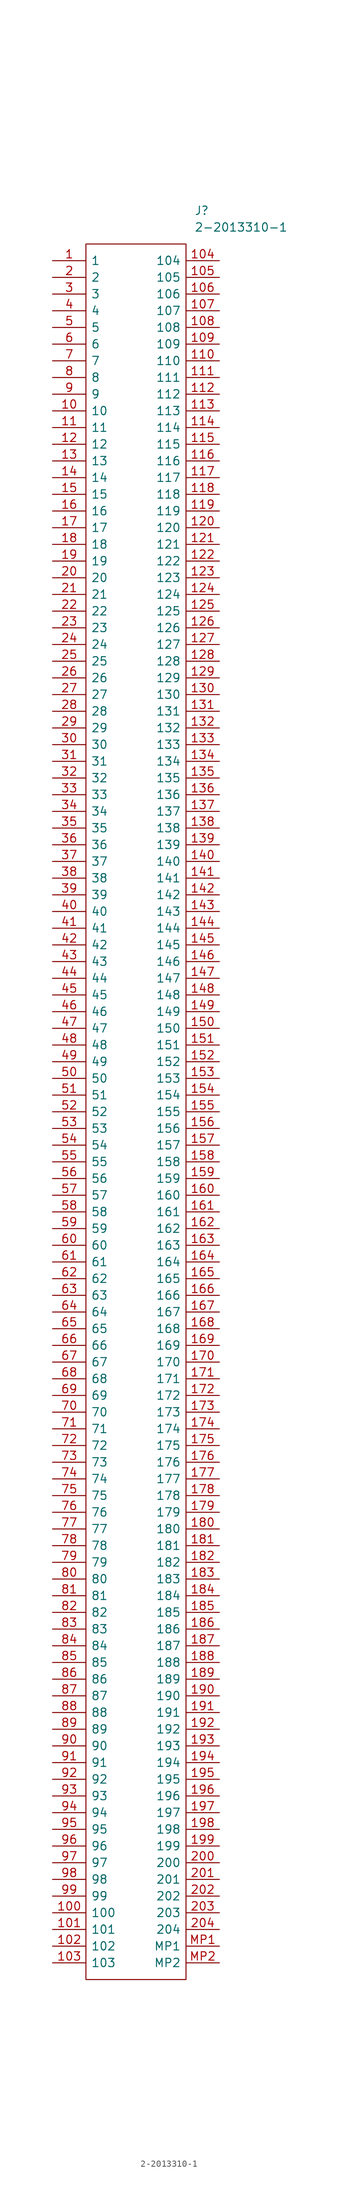
<source format=kicad_sym>
(kicad_symbol_lib
  (version 20211014)
  (generator kicad_symbol_editor)
  (symbol "2-2013310-1"
    (pin_names
      (offset 0.762))
    (property "Reference" "J"
      (at 21.59 7.62 0)
      (effects (font (size 1.27 1.27)) (justify left)))
    (property "Value" "2-2013310-1"
      (at 21.59 5.08 0)
      (effects (font (size 1.27 1.27)) (justify left)))
    (symbol "2-2013310-1_0_0"
      (pin unspecified line (at 0 0 0) (length 5.08) (name "1" (effects (font (size 1.27 1.27)))) (number "1" (effects (font (size 1.27 1.27)))))
      (pin unspecified line (at 0 -22.86 0) (length 5.08) (name "10" (effects (font (size 1.27 1.27)))) (number "10" (effects (font (size 1.27 1.27)))))
      (pin unspecified line (at 0 -251.46 0) (length 5.08) (name "100" (effects (font (size 1.27 1.27)))) (number "100" (effects (font (size 1.27 1.27)))))
      (pin unspecified line (at 0 -254 0) (length 5.08) (name "101" (effects (font (size 1.27 1.27)))) (number "101" (effects (font (size 1.27 1.27)))))
      (pin unspecified line (at 0 -256.54 0) (length 5.08) (name "102" (effects (font (size 1.27 1.27)))) (number "102" (effects (font (size 1.27 1.27)))))
      (pin unspecified line (at 0 -259.08 0) (length 5.08) (name "103" (effects (font (size 1.27 1.27)))) (number "103" (effects (font (size 1.27 1.27)))))
      (pin unspecified line (at 25.4 0 180) (length 5.08) (name "104" (effects (font (size 1.27 1.27)))) (number "104" (effects (font (size 1.27 1.27)))))
      (pin unspecified line (at 25.4 -2.54 180) (length 5.08) (name "105" (effects (font (size 1.27 1.27)))) (number "105" (effects (font (size 1.27 1.27)))))
      (pin unspecified line (at 25.4 -5.08 180) (length 5.08) (name "106" (effects (font (size 1.27 1.27)))) (number "106" (effects (font (size 1.27 1.27)))))
      (pin unspecified line (at 25.4 -7.62 180) (length 5.08) (name "107" (effects (font (size 1.27 1.27)))) (number "107" (effects (font (size 1.27 1.27)))))
      (pin unspecified line (at 25.4 -10.16 180) (length 5.08) (name "108" (effects (font (size 1.27 1.27)))) (number "108" (effects (font (size 1.27 1.27)))))
      (pin unspecified line (at 25.4 -12.7 180) (length 5.08) (name "109" (effects (font (size 1.27 1.27)))) (number "109" (effects (font (size 1.27 1.27)))))
      (pin unspecified line (at 0 -25.4 0) (length 5.08) (name "11" (effects (font (size 1.27 1.27)))) (number "11" (effects (font (size 1.27 1.27)))))
      (pin unspecified line (at 25.4 -15.24 180) (length 5.08) (name "110" (effects (font (size 1.27 1.27)))) (number "110" (effects (font (size 1.27 1.27)))))
      (pin unspecified line (at 25.4 -17.78 180) (length 5.08) (name "111" (effects (font (size 1.27 1.27)))) (number "111" (effects (font (size 1.27 1.27)))))
      (pin unspecified line (at 25.4 -20.32 180) (length 5.08) (name "112" (effects (font (size 1.27 1.27)))) (number "112" (effects (font (size 1.27 1.27)))))
      (pin unspecified line (at 25.4 -22.86 180) (length 5.08) (name "113" (effects (font (size 1.27 1.27)))) (number "113" (effects (font (size 1.27 1.27)))))
      (pin unspecified line (at 25.4 -25.4 180) (length 5.08) (name "114" (effects (font (size 1.27 1.27)))) (number "114" (effects (font (size 1.27 1.27)))))
      (pin unspecified line (at 25.4 -27.94 180) (length 5.08) (name "115" (effects (font (size 1.27 1.27)))) (number "115" (effects (font (size 1.27 1.27)))))
      (pin unspecified line (at 25.4 -30.48 180) (length 5.08) (name "116" (effects (font (size 1.27 1.27)))) (number "116" (effects (font (size 1.27 1.27)))))
      (pin unspecified line (at 25.4 -33.02 180) (length 5.08) (name "117" (effects (font (size 1.27 1.27)))) (number "117" (effects (font (size 1.27 1.27)))))
      (pin unspecified line (at 25.4 -35.56 180) (length 5.08) (name "118" (effects (font (size 1.27 1.27)))) (number "118" (effects (font (size 1.27 1.27)))))
      (pin unspecified line (at 25.4 -38.1 180) (length 5.08) (name "119" (effects (font (size 1.27 1.27)))) (number "119" (effects (font (size 1.27 1.27)))))
      (pin unspecified line (at 0 -27.94 0) (length 5.08) (name "12" (effects (font (size 1.27 1.27)))) (number "12" (effects (font (size 1.27 1.27)))))
      (pin unspecified line (at 25.4 -40.64 180) (length 5.08) (name "120" (effects (font (size 1.27 1.27)))) (number "120" (effects (font (size 1.27 1.27)))))
      (pin unspecified line (at 25.4 -43.18 180) (length 5.08) (name "121" (effects (font (size 1.27 1.27)))) (number "121" (effects (font (size 1.27 1.27)))))
      (pin unspecified line (at 25.4 -45.72 180) (length 5.08) (name "122" (effects (font (size 1.27 1.27)))) (number "122" (effects (font (size 1.27 1.27)))))
      (pin unspecified line (at 25.4 -48.26 180) (length 5.08) (name "123" (effects (font (size 1.27 1.27)))) (number "123" (effects (font (size 1.27 1.27)))))
      (pin unspecified line (at 25.4 -50.8 180) (length 5.08) (name "124" (effects (font (size 1.27 1.27)))) (number "124" (effects (font (size 1.27 1.27)))))
      (pin unspecified line (at 25.4 -53.34 180) (length 5.08) (name "125" (effects (font (size 1.27 1.27)))) (number "125" (effects (font (size 1.27 1.27)))))
      (pin unspecified line (at 25.4 -55.88 180) (length 5.08) (name "126" (effects (font (size 1.27 1.27)))) (number "126" (effects (font (size 1.27 1.27)))))
      (pin unspecified line (at 25.4 -58.42 180) (length 5.08) (name "127" (effects (font (size 1.27 1.27)))) (number "127" (effects (font (size 1.27 1.27)))))
      (pin unspecified line (at 25.4 -60.96 180) (length 5.08) (name "128" (effects (font (size 1.27 1.27)))) (number "128" (effects (font (size 1.27 1.27)))))
      (pin unspecified line (at 25.4 -63.5 180) (length 5.08) (name "129" (effects (font (size 1.27 1.27)))) (number "129" (effects (font (size 1.27 1.27)))))
      (pin unspecified line (at 0 -30.48 0) (length 5.08) (name "13" (effects (font (size 1.27 1.27)))) (number "13" (effects (font (size 1.27 1.27)))))
      (pin unspecified line (at 25.4 -66.04 180) (length 5.08) (name "130" (effects (font (size 1.27 1.27)))) (number "130" (effects (font (size 1.27 1.27)))))
      (pin unspecified line (at 25.4 -68.58 180) (length 5.08) (name "131" (effects (font (size 1.27 1.27)))) (number "131" (effects (font (size 1.27 1.27)))))
      (pin unspecified line (at 25.4 -71.12 180) (length 5.08) (name "132" (effects (font (size 1.27 1.27)))) (number "132" (effects (font (size 1.27 1.27)))))
      (pin unspecified line (at 25.4 -73.66 180) (length 5.08) (name "133" (effects (font (size 1.27 1.27)))) (number "133" (effects (font (size 1.27 1.27)))))
      (pin unspecified line (at 25.4 -76.2 180) (length 5.08) (name "134" (effects (font (size 1.27 1.27)))) (number "134" (effects (font (size 1.27 1.27)))))
      (pin unspecified line (at 25.4 -78.74 180) (length 5.08) (name "135" (effects (font (size 1.27 1.27)))) (number "135" (effects (font (size 1.27 1.27)))))
      (pin unspecified line (at 25.4 -81.28 180) (length 5.08) (name "136" (effects (font (size 1.27 1.27)))) (number "136" (effects (font (size 1.27 1.27)))))
      (pin unspecified line (at 25.4 -83.82 180) (length 5.08) (name "137" (effects (font (size 1.27 1.27)))) (number "137" (effects (font (size 1.27 1.27)))))
      (pin unspecified line (at 25.4 -86.36 180) (length 5.08) (name "138" (effects (font (size 1.27 1.27)))) (number "138" (effects (font (size 1.27 1.27)))))
      (pin unspecified line (at 25.4 -88.9 180) (length 5.08) (name "139" (effects (font (size 1.27 1.27)))) (number "139" (effects (font (size 1.27 1.27)))))
      (pin unspecified line (at 0 -33.02 0) (length 5.08) (name "14" (effects (font (size 1.27 1.27)))) (number "14" (effects (font (size 1.27 1.27)))))
      (pin unspecified line (at 25.4 -91.44 180) (length 5.08) (name "140" (effects (font (size 1.27 1.27)))) (number "140" (effects (font (size 1.27 1.27)))))
      (pin unspecified line (at 25.4 -93.98 180) (length 5.08) (name "141" (effects (font (size 1.27 1.27)))) (number "141" (effects (font (size 1.27 1.27)))))
      (pin unspecified line (at 25.4 -96.52 180) (length 5.08) (name "142" (effects (font (size 1.27 1.27)))) (number "142" (effects (font (size 1.27 1.27)))))
      (pin unspecified line (at 25.4 -99.06 180) (length 5.08) (name "143" (effects (font (size 1.27 1.27)))) (number "143" (effects (font (size 1.27 1.27)))))
      (pin unspecified line (at 25.4 -101.6 180) (length 5.08) (name "144" (effects (font (size 1.27 1.27)))) (number "144" (effects (font (size 1.27 1.27)))))
      (pin unspecified line (at 25.4 -104.14 180) (length 5.08) (name "145" (effects (font (size 1.27 1.27)))) (number "145" (effects (font (size 1.27 1.27)))))
      (pin unspecified line (at 25.4 -106.68 180) (length 5.08) (name "146" (effects (font (size 1.27 1.27)))) (number "146" (effects (font (size 1.27 1.27)))))
      (pin unspecified line (at 25.4 -109.22 180) (length 5.08) (name "147" (effects (font (size 1.27 1.27)))) (number "147" (effects (font (size 1.27 1.27)))))
      (pin unspecified line (at 25.4 -111.76 180) (length 5.08) (name "148" (effects (font (size 1.27 1.27)))) (number "148" (effects (font (size 1.27 1.27)))))
      (pin unspecified line (at 25.4 -114.3 180) (length 5.08) (name "149" (effects (font (size 1.27 1.27)))) (number "149" (effects (font (size 1.27 1.27)))))
      (pin unspecified line (at 0 -35.56 0) (length 5.08) (name "15" (effects (font (size 1.27 1.27)))) (number "15" (effects (font (size 1.27 1.27)))))
      (pin unspecified line (at 25.4 -116.84 180) (length 5.08) (name "150" (effects (font (size 1.27 1.27)))) (number "150" (effects (font (size 1.27 1.27)))))
      (pin unspecified line (at 25.4 -119.38 180) (length 5.08) (name "151" (effects (font (size 1.27 1.27)))) (number "151" (effects (font (size 1.27 1.27)))))
      (pin unspecified line (at 25.4 -121.92 180) (length 5.08) (name "152" (effects (font (size 1.27 1.27)))) (number "152" (effects (font (size 1.27 1.27)))))
      (pin unspecified line (at 25.4 -124.46 180) (length 5.08) (name "153" (effects (font (size 1.27 1.27)))) (number "153" (effects (font (size 1.27 1.27)))))
      (pin unspecified line (at 25.4 -127 180) (length 5.08) (name "154" (effects (font (size 1.27 1.27)))) (number "154" (effects (font (size 1.27 1.27)))))
      (pin unspecified line (at 25.4 -129.54 180) (length 5.08) (name "155" (effects (font (size 1.27 1.27)))) (number "155" (effects (font (size 1.27 1.27)))))
      (pin unspecified line (at 25.4 -132.08 180) (length 5.08) (name "156" (effects (font (size 1.27 1.27)))) (number "156" (effects (font (size 1.27 1.27)))))
      (pin unspecified line (at 25.4 -134.62 180) (length 5.08) (name "157" (effects (font (size 1.27 1.27)))) (number "157" (effects (font (size 1.27 1.27)))))
      (pin unspecified line (at 25.4 -137.16 180) (length 5.08) (name "158" (effects (font (size 1.27 1.27)))) (number "158" (effects (font (size 1.27 1.27)))))
      (pin unspecified line (at 25.4 -139.7 180) (length 5.08) (name "159" (effects (font (size 1.27 1.27)))) (number "159" (effects (font (size 1.27 1.27)))))
      (pin unspecified line (at 0 -38.1 0) (length 5.08) (name "16" (effects (font (size 1.27 1.27)))) (number "16" (effects (font (size 1.27 1.27)))))
      (pin unspecified line (at 25.4 -142.24 180) (length 5.08) (name "160" (effects (font (size 1.27 1.27)))) (number "160" (effects (font (size 1.27 1.27)))))
      (pin unspecified line (at 25.4 -144.78 180) (length 5.08) (name "161" (effects (font (size 1.27 1.27)))) (number "161" (effects (font (size 1.27 1.27)))))
      (pin unspecified line (at 25.4 -147.32 180) (length 5.08) (name "162" (effects (font (size 1.27 1.27)))) (number "162" (effects (font (size 1.27 1.27)))))
      (pin unspecified line (at 25.4 -149.86 180) (length 5.08) (name "163" (effects (font (size 1.27 1.27)))) (number "163" (effects (font (size 1.27 1.27)))))
      (pin unspecified line (at 25.4 -152.4 180) (length 5.08) (name "164" (effects (font (size 1.27 1.27)))) (number "164" (effects (font (size 1.27 1.27)))))
      (pin unspecified line (at 25.4 -154.94 180) (length 5.08) (name "165" (effects (font (size 1.27 1.27)))) (number "165" (effects (font (size 1.27 1.27)))))
      (pin unspecified line (at 25.4 -157.48 180) (length 5.08) (name "166" (effects (font (size 1.27 1.27)))) (number "166" (effects (font (size 1.27 1.27)))))
      (pin unspecified line (at 25.4 -160.02 180) (length 5.08) (name "167" (effects (font (size 1.27 1.27)))) (number "167" (effects (font (size 1.27 1.27)))))
      (pin unspecified line (at 25.4 -162.56 180) (length 5.08) (name "168" (effects (font (size 1.27 1.27)))) (number "168" (effects (font (size 1.27 1.27)))))
      (pin unspecified line (at 25.4 -165.1 180) (length 5.08) (name "169" (effects (font (size 1.27 1.27)))) (number "169" (effects (font (size 1.27 1.27)))))
      (pin unspecified line (at 0 -40.64 0) (length 5.08) (name "17" (effects (font (size 1.27 1.27)))) (number "17" (effects (font (size 1.27 1.27)))))
      (pin unspecified line (at 25.4 -167.64 180) (length 5.08) (name "170" (effects (font (size 1.27 1.27)))) (number "170" (effects (font (size 1.27 1.27)))))
      (pin unspecified line (at 25.4 -170.18 180) (length 5.08) (name "171" (effects (font (size 1.27 1.27)))) (number "171" (effects (font (size 1.27 1.27)))))
      (pin unspecified line (at 25.4 -172.72 180) (length 5.08) (name "172" (effects (font (size 1.27 1.27)))) (number "172" (effects (font (size 1.27 1.27)))))
      (pin unspecified line (at 25.4 -175.26 180) (length 5.08) (name "173" (effects (font (size 1.27 1.27)))) (number "173" (effects (font (size 1.27 1.27)))))
      (pin unspecified line (at 25.4 -177.8 180) (length 5.08) (name "174" (effects (font (size 1.27 1.27)))) (number "174" (effects (font (size 1.27 1.27)))))
      (pin unspecified line (at 25.4 -180.34 180) (length 5.08) (name "175" (effects (font (size 1.27 1.27)))) (number "175" (effects (font (size 1.27 1.27)))))
      (pin unspecified line (at 25.4 -182.88 180) (length 5.08) (name "176" (effects (font (size 1.27 1.27)))) (number "176" (effects (font (size 1.27 1.27)))))
      (pin unspecified line (at 25.4 -185.42 180) (length 5.08) (name "177" (effects (font (size 1.27 1.27)))) (number "177" (effects (font (size 1.27 1.27)))))
      (pin unspecified line (at 25.4 -187.96 180) (length 5.08) (name "178" (effects (font (size 1.27 1.27)))) (number "178" (effects (font (size 1.27 1.27)))))
      (pin unspecified line (at 25.4 -190.5 180) (length 5.08) (name "179" (effects (font (size 1.27 1.27)))) (number "179" (effects (font (size 1.27 1.27)))))
      (pin unspecified line (at 0 -43.18 0) (length 5.08) (name "18" (effects (font (size 1.27 1.27)))) (number "18" (effects (font (size 1.27 1.27)))))
      (pin unspecified line (at 25.4 -193.04 180) (length 5.08) (name "180" (effects (font (size 1.27 1.27)))) (number "180" (effects (font (size 1.27 1.27)))))
      (pin unspecified line (at 25.4 -195.58 180) (length 5.08) (name "181" (effects (font (size 1.27 1.27)))) (number "181" (effects (font (size 1.27 1.27)))))
      (pin unspecified line (at 25.4 -198.12 180) (length 5.08) (name "182" (effects (font (size 1.27 1.27)))) (number "182" (effects (font (size 1.27 1.27)))))
      (pin unspecified line (at 25.4 -200.66 180) (length 5.08) (name "183" (effects (font (size 1.27 1.27)))) (number "183" (effects (font (size 1.27 1.27)))))
      (pin unspecified line (at 25.4 -203.2 180) (length 5.08) (name "184" (effects (font (size 1.27 1.27)))) (number "184" (effects (font (size 1.27 1.27)))))
      (pin unspecified line (at 25.4 -205.74 180) (length 5.08) (name "185" (effects (font (size 1.27 1.27)))) (number "185" (effects (font (size 1.27 1.27)))))
      (pin unspecified line (at 25.4 -208.28 180) (length 5.08) (name "186" (effects (font (size 1.27 1.27)))) (number "186" (effects (font (size 1.27 1.27)))))
      (pin unspecified line (at 25.4 -210.82 180) (length 5.08) (name "187" (effects (font (size 1.27 1.27)))) (number "187" (effects (font (size 1.27 1.27)))))
      (pin unspecified line (at 25.4 -213.36 180) (length 5.08) (name "188" (effects (font (size 1.27 1.27)))) (number "188" (effects (font (size 1.27 1.27)))))
      (pin unspecified line (at 25.4 -215.9 180) (length 5.08) (name "189" (effects (font (size 1.27 1.27)))) (number "189" (effects (font (size 1.27 1.27)))))
      (pin unspecified line (at 0 -45.72 0) (length 5.08) (name "19" (effects (font (size 1.27 1.27)))) (number "19" (effects (font (size 1.27 1.27)))))
      (pin unspecified line (at 25.4 -218.44 180) (length 5.08) (name "190" (effects (font (size 1.27 1.27)))) (number "190" (effects (font (size 1.27 1.27)))))
      (pin unspecified line (at 25.4 -220.98 180) (length 5.08) (name "191" (effects (font (size 1.27 1.27)))) (number "191" (effects (font (size 1.27 1.27)))))
      (pin unspecified line (at 25.4 -223.52 180) (length 5.08) (name "192" (effects (font (size 1.27 1.27)))) (number "192" (effects (font (size 1.27 1.27)))))
      (pin unspecified line (at 25.4 -226.06 180) (length 5.08) (name "193" (effects (font (size 1.27 1.27)))) (number "193" (effects (font (size 1.27 1.27)))))
      (pin unspecified line (at 25.4 -228.6 180) (length 5.08) (name "194" (effects (font (size 1.27 1.27)))) (number "194" (effects (font (size 1.27 1.27)))))
      (pin unspecified line (at 25.4 -231.14 180) (length 5.08) (name "195" (effects (font (size 1.27 1.27)))) (number "195" (effects (font (size 1.27 1.27)))))
      (pin unspecified line (at 25.4 -233.68 180) (length 5.08) (name "196" (effects (font (size 1.27 1.27)))) (number "196" (effects (font (size 1.27 1.27)))))
      (pin unspecified line (at 25.4 -236.22 180) (length 5.08) (name "197" (effects (font (size 1.27 1.27)))) (number "197" (effects (font (size 1.27 1.27)))))
      (pin unspecified line (at 25.4 -238.76 180) (length 5.08) (name "198" (effects (font (size 1.27 1.27)))) (number "198" (effects (font (size 1.27 1.27)))))
      (pin unspecified line (at 25.4 -241.3 180) (length 5.08) (name "199" (effects (font (size 1.27 1.27)))) (number "199" (effects (font (size 1.27 1.27)))))
      (pin unspecified line (at 0 -2.54 0) (length 5.08) (name "2" (effects (font (size 1.27 1.27)))) (number "2" (effects (font (size 1.27 1.27)))))
      (pin unspecified line (at 0 -48.26 0) (length 5.08) (name "20" (effects (font (size 1.27 1.27)))) (number "20" (effects (font (size 1.27 1.27)))))
      (pin unspecified line (at 25.4 -243.84 180) (length 5.08) (name "200" (effects (font (size 1.27 1.27)))) (number "200" (effects (font (size 1.27 1.27)))))
      (pin unspecified line (at 25.4 -246.38 180) (length 5.08) (name "201" (effects (font (size 1.27 1.27)))) (number "201" (effects (font (size 1.27 1.27)))))
      (pin unspecified line (at 25.4 -248.92 180) (length 5.08) (name "202" (effects (font (size 1.27 1.27)))) (number "202" (effects (font (size 1.27 1.27)))))
      (pin unspecified line (at 25.4 -251.46 180) (length 5.08) (name "203" (effects (font (size 1.27 1.27)))) (number "203" (effects (font (size 1.27 1.27)))))
      (pin unspecified line (at 25.4 -254 180) (length 5.08) (name "204" (effects (font (size 1.27 1.27)))) (number "204" (effects (font (size 1.27 1.27)))))
      (pin unspecified line (at 0 -50.8 0) (length 5.08) (name "21" (effects (font (size 1.27 1.27)))) (number "21" (effects (font (size 1.27 1.27)))))
      (pin unspecified line (at 0 -53.34 0) (length 5.08) (name "22" (effects (font (size 1.27 1.27)))) (number "22" (effects (font (size 1.27 1.27)))))
      (pin unspecified line (at 0 -55.88 0) (length 5.08) (name "23" (effects (font (size 1.27 1.27)))) (number "23" (effects (font (size 1.27 1.27)))))
      (pin unspecified line (at 0 -58.42 0) (length 5.08) (name "24" (effects (font (size 1.27 1.27)))) (number "24" (effects (font (size 1.27 1.27)))))
      (pin unspecified line (at 0 -60.96 0) (length 5.08) (name "25" (effects (font (size 1.27 1.27)))) (number "25" (effects (font (size 1.27 1.27)))))
      (pin unspecified line (at 0 -63.5 0) (length 5.08) (name "26" (effects (font (size 1.27 1.27)))) (number "26" (effects (font (size 1.27 1.27)))))
      (pin unspecified line (at 0 -66.04 0) (length 5.08) (name "27" (effects (font (size 1.27 1.27)))) (number "27" (effects (font (size 1.27 1.27)))))
      (pin unspecified line (at 0 -68.58 0) (length 5.08) (name "28" (effects (font (size 1.27 1.27)))) (number "28" (effects (font (size 1.27 1.27)))))
      (pin unspecified line (at 0 -71.12 0) (length 5.08) (name "29" (effects (font (size 1.27 1.27)))) (number "29" (effects (font (size 1.27 1.27)))))
      (pin unspecified line (at 0 -5.08 0) (length 5.08) (name "3" (effects (font (size 1.27 1.27)))) (number "3" (effects (font (size 1.27 1.27)))))
      (pin unspecified line (at 0 -73.66 0) (length 5.08) (name "30" (effects (font (size 1.27 1.27)))) (number "30" (effects (font (size 1.27 1.27)))))
      (pin unspecified line (at 0 -76.2 0) (length 5.08) (name "31" (effects (font (size 1.27 1.27)))) (number "31" (effects (font (size 1.27 1.27)))))
      (pin unspecified line (at 0 -78.74 0) (length 5.08) (name "32" (effects (font (size 1.27 1.27)))) (number "32" (effects (font (size 1.27 1.27)))))
      (pin unspecified line (at 0 -81.28 0) (length 5.08) (name "33" (effects (font (size 1.27 1.27)))) (number "33" (effects (font (size 1.27 1.27)))))
      (pin unspecified line (at 0 -83.82 0) (length 5.08) (name "34" (effects (font (size 1.27 1.27)))) (number "34" (effects (font (size 1.27 1.27)))))
      (pin unspecified line (at 0 -86.36 0) (length 5.08) (name "35" (effects (font (size 1.27 1.27)))) (number "35" (effects (font (size 1.27 1.27)))))
      (pin unspecified line (at 0 -88.9 0) (length 5.08) (name "36" (effects (font (size 1.27 1.27)))) (number "36" (effects (font (size 1.27 1.27)))))
      (pin unspecified line (at 0 -91.44 0) (length 5.08) (name "37" (effects (font (size 1.27 1.27)))) (number "37" (effects (font (size 1.27 1.27)))))
      (pin unspecified line (at 0 -93.98 0) (length 5.08) (name "38" (effects (font (size 1.27 1.27)))) (number "38" (effects (font (size 1.27 1.27)))))
      (pin unspecified line (at 0 -96.52 0) (length 5.08) (name "39" (effects (font (size 1.27 1.27)))) (number "39" (effects (font (size 1.27 1.27)))))
      (pin unspecified line (at 0 -7.62 0) (length 5.08) (name "4" (effects (font (size 1.27 1.27)))) (number "4" (effects (font (size 1.27 1.27)))))
      (pin unspecified line (at 0 -99.06 0) (length 5.08) (name "40" (effects (font (size 1.27 1.27)))) (number "40" (effects (font (size 1.27 1.27)))))
      (pin unspecified line (at 0 -101.6 0) (length 5.08) (name "41" (effects (font (size 1.27 1.27)))) (number "41" (effects (font (size 1.27 1.27)))))
      (pin unspecified line (at 0 -104.14 0) (length 5.08) (name "42" (effects (font (size 1.27 1.27)))) (number "42" (effects (font (size 1.27 1.27)))))
      (pin unspecified line (at 0 -106.68 0) (length 5.08) (name "43" (effects (font (size 1.27 1.27)))) (number "43" (effects (font (size 1.27 1.27)))))
      (pin unspecified line (at 0 -109.22 0) (length 5.08) (name "44" (effects (font (size 1.27 1.27)))) (number "44" (effects (font (size 1.27 1.27)))))
      (pin unspecified line (at 0 -111.76 0) (length 5.08) (name "45" (effects (font (size 1.27 1.27)))) (number "45" (effects (font (size 1.27 1.27)))))
      (pin unspecified line (at 0 -114.3 0) (length 5.08) (name "46" (effects (font (size 1.27 1.27)))) (number "46" (effects (font (size 1.27 1.27)))))
      (pin unspecified line (at 0 -116.84 0) (length 5.08) (name "47" (effects (font (size 1.27 1.27)))) (number "47" (effects (font (size 1.27 1.27)))))
      (pin unspecified line (at 0 -119.38 0) (length 5.08) (name "48" (effects (font (size 1.27 1.27)))) (number "48" (effects (font (size 1.27 1.27)))))
      (pin unspecified line (at 0 -121.92 0) (length 5.08) (name "49" (effects (font (size 1.27 1.27)))) (number "49" (effects (font (size 1.27 1.27)))))
      (pin unspecified line (at 0 -10.16 0) (length 5.08) (name "5" (effects (font (size 1.27 1.27)))) (number "5" (effects (font (size 1.27 1.27)))))
      (pin unspecified line (at 0 -124.46 0) (length 5.08) (name "50" (effects (font (size 1.27 1.27)))) (number "50" (effects (font (size 1.27 1.27)))))
      (pin unspecified line (at 0 -127 0) (length 5.08) (name "51" (effects (font (size 1.27 1.27)))) (number "51" (effects (font (size 1.27 1.27)))))
      (pin unspecified line (at 0 -129.54 0) (length 5.08) (name "52" (effects (font (size 1.27 1.27)))) (number "52" (effects (font (size 1.27 1.27)))))
      (pin unspecified line (at 0 -132.08 0) (length 5.08) (name "53" (effects (font (size 1.27 1.27)))) (number "53" (effects (font (size 1.27 1.27)))))
      (pin unspecified line (at 0 -134.62 0) (length 5.08) (name "54" (effects (font (size 1.27 1.27)))) (number "54" (effects (font (size 1.27 1.27)))))
      (pin unspecified line (at 0 -137.16 0) (length 5.08) (name "55" (effects (font (size 1.27 1.27)))) (number "55" (effects (font (size 1.27 1.27)))))
      (pin unspecified line (at 0 -139.7 0) (length 5.08) (name "56" (effects (font (size 1.27 1.27)))) (number "56" (effects (font (size 1.27 1.27)))))
      (pin unspecified line (at 0 -142.24 0) (length 5.08) (name "57" (effects (font (size 1.27 1.27)))) (number "57" (effects (font (size 1.27 1.27)))))
      (pin unspecified line (at 0 -144.78 0) (length 5.08) (name "58" (effects (font (size 1.27 1.27)))) (number "58" (effects (font (size 1.27 1.27)))))
      (pin unspecified line (at 0 -147.32 0) (length 5.08) (name "59" (effects (font (size 1.27 1.27)))) (number "59" (effects (font (size 1.27 1.27)))))
      (pin unspecified line (at 0 -12.7 0) (length 5.08) (name "6" (effects (font (size 1.27 1.27)))) (number "6" (effects (font (size 1.27 1.27)))))
      (pin unspecified line (at 0 -149.86 0) (length 5.08) (name "60" (effects (font (size 1.27 1.27)))) (number "60" (effects (font (size 1.27 1.27)))))
      (pin unspecified line (at 0 -152.4 0) (length 5.08) (name "61" (effects (font (size 1.27 1.27)))) (number "61" (effects (font (size 1.27 1.27)))))
      (pin unspecified line (at 0 -154.94 0) (length 5.08) (name "62" (effects (font (size 1.27 1.27)))) (number "62" (effects (font (size 1.27 1.27)))))
      (pin unspecified line (at 0 -157.48 0) (length 5.08) (name "63" (effects (font (size 1.27 1.27)))) (number "63" (effects (font (size 1.27 1.27)))))
      (pin unspecified line (at 0 -160.02 0) (length 5.08) (name "64" (effects (font (size 1.27 1.27)))) (number "64" (effects (font (size 1.27 1.27)))))
      (pin unspecified line (at 0 -162.56 0) (length 5.08) (name "65" (effects (font (size 1.27 1.27)))) (number "65" (effects (font (size 1.27 1.27)))))
      (pin unspecified line (at 0 -165.1 0) (length 5.08) (name "66" (effects (font (size 1.27 1.27)))) (number "66" (effects (font (size 1.27 1.27)))))
      (pin unspecified line (at 0 -167.64 0) (length 5.08) (name "67" (effects (font (size 1.27 1.27)))) (number "67" (effects (font (size 1.27 1.27)))))
      (pin unspecified line (at 0 -170.18 0) (length 5.08) (name "68" (effects (font (size 1.27 1.27)))) (number "68" (effects (font (size 1.27 1.27)))))
      (pin unspecified line (at 0 -172.72 0) (length 5.08) (name "69" (effects (font (size 1.27 1.27)))) (number "69" (effects (font (size 1.27 1.27)))))
      (pin unspecified line (at 0 -15.24 0) (length 5.08) (name "7" (effects (font (size 1.27 1.27)))) (number "7" (effects (font (size 1.27 1.27)))))
      (pin unspecified line (at 0 -175.26 0) (length 5.08) (name "70" (effects (font (size 1.27 1.27)))) (number "70" (effects (font (size 1.27 1.27)))))
      (pin unspecified line (at 0 -177.8 0) (length 5.08) (name "71" (effects (font (size 1.27 1.27)))) (number "71" (effects (font (size 1.27 1.27)))))
      (pin unspecified line (at 0 -180.34 0) (length 5.08) (name "72" (effects (font (size 1.27 1.27)))) (number "72" (effects (font (size 1.27 1.27)))))
      (pin unspecified line (at 0 -182.88 0) (length 5.08) (name "73" (effects (font (size 1.27 1.27)))) (number "73" (effects (font (size 1.27 1.27)))))
      (pin unspecified line (at 0 -185.42 0) (length 5.08) (name "74" (effects (font (size 1.27 1.27)))) (number "74" (effects (font (size 1.27 1.27)))))
      (pin unspecified line (at 0 -187.96 0) (length 5.08) (name "75" (effects (font (size 1.27 1.27)))) (number "75" (effects (font (size 1.27 1.27)))))
      (pin unspecified line (at 0 -190.5 0) (length 5.08) (name "76" (effects (font (size 1.27 1.27)))) (number "76" (effects (font (size 1.27 1.27)))))
      (pin unspecified line (at 0 -193.04 0) (length 5.08) (name "77" (effects (font (size 1.27 1.27)))) (number "77" (effects (font (size 1.27 1.27)))))
      (pin unspecified line (at 0 -195.58 0) (length 5.08) (name "78" (effects (font (size 1.27 1.27)))) (number "78" (effects (font (size 1.27 1.27)))))
      (pin unspecified line (at 0 -198.12 0) (length 5.08) (name "79" (effects (font (size 1.27 1.27)))) (number "79" (effects (font (size 1.27 1.27)))))
      (pin unspecified line (at 0 -17.78 0) (length 5.08) (name "8" (effects (font (size 1.27 1.27)))) (number "8" (effects (font (size 1.27 1.27)))))
      (pin unspecified line (at 0 -200.66 0) (length 5.08) (name "80" (effects (font (size 1.27 1.27)))) (number "80" (effects (font (size 1.27 1.27)))))
      (pin unspecified line (at 0 -203.2 0) (length 5.08) (name "81" (effects (font (size 1.27 1.27)))) (number "81" (effects (font (size 1.27 1.27)))))
      (pin unspecified line (at 0 -205.74 0) (length 5.08) (name "82" (effects (font (size 1.27 1.27)))) (number "82" (effects (font (size 1.27 1.27)))))
      (pin unspecified line (at 0 -208.28 0) (length 5.08) (name "83" (effects (font (size 1.27 1.27)))) (number "83" (effects (font (size 1.27 1.27)))))
      (pin unspecified line (at 0 -210.82 0) (length 5.08) (name "84" (effects (font (size 1.27 1.27)))) (number "84" (effects (font (size 1.27 1.27)))))
      (pin unspecified line (at 0 -213.36 0) (length 5.08) (name "85" (effects (font (size 1.27 1.27)))) (number "85" (effects (font (size 1.27 1.27)))))
      (pin unspecified line (at 0 -215.9 0) (length 5.08) (name "86" (effects (font (size 1.27 1.27)))) (number "86" (effects (font (size 1.27 1.27)))))
      (pin unspecified line (at 0 -218.44 0) (length 5.08) (name "87" (effects (font (size 1.27 1.27)))) (number "87" (effects (font (size 1.27 1.27)))))
      (pin unspecified line (at 0 -220.98 0) (length 5.08) (name "88" (effects (font (size 1.27 1.27)))) (number "88" (effects (font (size 1.27 1.27)))))
      (pin unspecified line (at 0 -223.52 0) (length 5.08) (name "89" (effects (font (size 1.27 1.27)))) (number "89" (effects (font (size 1.27 1.27)))))
      (pin unspecified line (at 0 -20.32 0) (length 5.08) (name "9" (effects (font (size 1.27 1.27)))) (number "9" (effects (font (size 1.27 1.27)))))
      (pin unspecified line (at 0 -226.06 0) (length 5.08) (name "90" (effects (font (size 1.27 1.27)))) (number "90" (effects (font (size 1.27 1.27)))))
      (pin unspecified line (at 0 -228.6 0) (length 5.08) (name "91" (effects (font (size 1.27 1.27)))) (number "91" (effects (font (size 1.27 1.27)))))
      (pin unspecified line (at 0 -231.14 0) (length 5.08) (name "92" (effects (font (size 1.27 1.27)))) (number "92" (effects (font (size 1.27 1.27)))))
      (pin unspecified line (at 0 -233.68 0) (length 5.08) (name "93" (effects (font (size 1.27 1.27)))) (number "93" (effects (font (size 1.27 1.27)))))
      (pin unspecified line (at 0 -236.22 0) (length 5.08) (name "94" (effects (font (size 1.27 1.27)))) (number "94" (effects (font (size 1.27 1.27)))))
      (pin unspecified line (at 0 -238.76 0) (length 5.08) (name "95" (effects (font (size 1.27 1.27)))) (number "95" (effects (font (size 1.27 1.27)))))
      (pin unspecified line (at 0 -241.3 0) (length 5.08) (name "96" (effects (font (size 1.27 1.27)))) (number "96" (effects (font (size 1.27 1.27)))))
      (pin unspecified line (at 0 -243.84 0) (length 5.08) (name "97" (effects (font (size 1.27 1.27)))) (number "97" (effects (font (size 1.27 1.27)))))
      (pin unspecified line (at 0 -246.38 0) (length 5.08) (name "98" (effects (font (size 1.27 1.27)))) (number "98" (effects (font (size 1.27 1.27)))))
      (pin unspecified line (at 0 -248.92 0) (length 5.08) (name "99" (effects (font (size 1.27 1.27)))) (number "99" (effects (font (size 1.27 1.27)))))
      (pin unspecified line (at 25.4 -256.54 180) (length 5.08) (name "MP1" (effects (font (size 1.27 1.27)))) (number "MP1" (effects (font (size 1.27 1.27)))))
      (pin unspecified line (at 25.4 -259.08 180) (length 5.08) (name "MP2" (effects (font (size 1.27 1.27)))) (number "MP2" (effects (font (size 1.27 1.27))))))
    (symbol "2-2013310-1_0_1"
      (polyline (pts (xy 5.08 2.54) (xy 20.32 2.54) (xy 20.32 -261.62) (xy 5.08 -261.62) (xy 5.08 2.54)) (stroke (width 0.152) (type default) (color 0 0 0 0)) (fill (type none))))))
</source>
